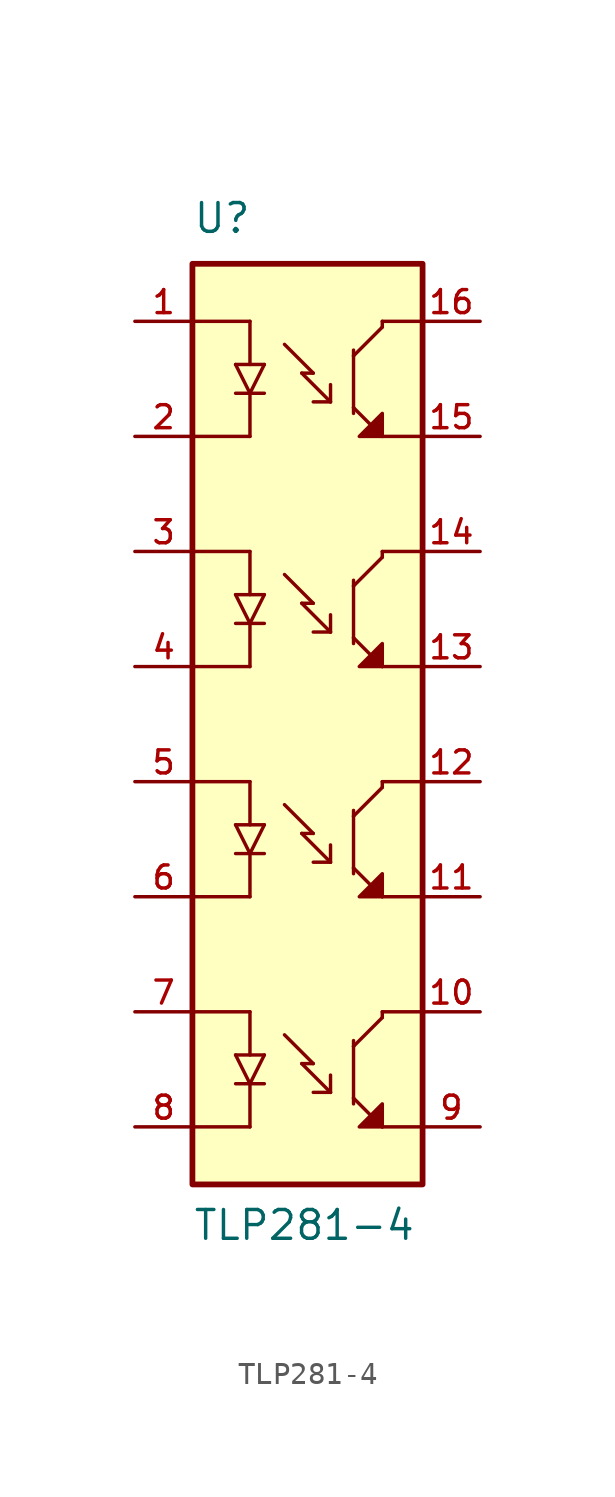
<source format=kicad_sym>
(kicad_symbol_lib
  (version 20211014)
  (generator kicad_symbol_editor)
  (symbol "TLP281-4"
    (pin_names
      (offset 1.016))
    (property "Reference" "U"
      (at -5.08 21.59 0)
      (effects (font (size 1.27 1.27)) (justify bottom left)))
    (property "Value" "TLP281-4"
      (at -5.08 -22.86 0)
      (effects (font (size 1.27 1.27)) (justify bottom left)))
    (symbol "TLP281-4_0_0"
      (polyline (pts (xy 5.08 17.78) (xy 3.302 17.78)) (stroke (width 0.152)))
      (polyline (pts (xy 3.302 17.78) (xy 3.302 17.526)) (stroke (width 0.152)))
      (polyline (pts (xy 3.302 17.526) (xy 2.032 16.256)) (stroke (width 0.152)))
      (polyline (pts (xy 2.032 16.256) (xy 2.032 13.97)) (stroke (width 0.152)))
      (polyline (pts (xy 2.032 13.97) (xy 3.302 12.7)) (stroke (width 0.152)))
      (polyline (pts (xy 3.302 12.7) (xy 5.08 12.7)) (stroke (width 0.152)))
      (polyline (pts (xy 2.032 13.97) (xy 2.032 13.716)) (stroke (width 0.152)))
      (polyline (pts (xy 2.032 16.256) (xy 2.032 16.51)) (stroke (width 0.152)))
      (polyline (pts (xy 0.254 15.494) (xy -0.254 15.494)) (stroke (width 0.152)))
      (polyline (pts (xy -0.254 15.494) (xy 1.016 14.224)) (stroke (width 0.152)))
      (polyline (pts (xy 1.016 14.224) (xy 1.016 14.986)) (stroke (width 0.152)))
      (polyline (pts (xy 1.016 14.224) (xy 0.254 14.224)) (stroke (width 0.152)))
      (polyline (pts (xy -1.016 16.764) (xy 0.254 15.494)) (stroke (width 0.152)))
      (polyline (pts (xy 2.286 12.7) (xy 3.302 13.716) (xy 3.302 12.7) (xy 2.286 12.7)) (stroke (width 0.152)) (fill (type outline)))
      (polyline (pts (xy 5.08 7.62) (xy 3.302 7.62)) (stroke (width 0.152)))
      (polyline (pts (xy 3.302 7.62) (xy 3.302 7.366)) (stroke (width 0.152)))
      (polyline (pts (xy 3.302 7.366) (xy 2.032 6.096)) (stroke (width 0.152)))
      (polyline (pts (xy 2.032 6.096) (xy 2.032 3.81)) (stroke (width 0.152)))
      (polyline (pts (xy 2.032 3.81) (xy 3.302 2.54)) (stroke (width 0.152)))
      (polyline (pts (xy 3.302 2.54) (xy 5.08 2.54)) (stroke (width 0.152)))
      (polyline (pts (xy 2.032 3.81) (xy 2.032 3.556)) (stroke (width 0.152)))
      (polyline (pts (xy 2.032 6.096) (xy 2.032 6.35)) (stroke (width 0.152)))
      (polyline (pts (xy 0.254 5.334) (xy -0.254 5.334)) (stroke (width 0.152)))
      (polyline (pts (xy -0.254 5.334) (xy 1.016 4.064)) (stroke (width 0.152)))
      (polyline (pts (xy 1.016 4.064) (xy 1.016 4.826)) (stroke (width 0.152)))
      (polyline (pts (xy 1.016 4.064) (xy 0.254 4.064)) (stroke (width 0.152)))
      (polyline (pts (xy -1.016 6.604) (xy 0.254 5.334)) (stroke (width 0.152)))
      (polyline (pts (xy 2.286 2.54) (xy 3.302 3.556) (xy 3.302 2.54) (xy 2.286 2.54)) (stroke (width 0.152)) (fill (type outline)))
      (polyline (pts (xy 5.08 -2.54) (xy 3.302 -2.54)) (stroke (width 0.152)))
      (polyline (pts (xy 3.302 -2.54) (xy 3.302 -2.794)) (stroke (width 0.152)))
      (polyline (pts (xy 3.302 -2.794) (xy 2.032 -4.064)) (stroke (width 0.152)))
      (polyline (pts (xy 2.032 -4.064) (xy 2.032 -6.35)) (stroke (width 0.152)))
      (polyline (pts (xy 2.032 -6.35) (xy 3.302 -7.62)) (stroke (width 0.152)))
      (polyline (pts (xy 3.302 -7.62) (xy 5.08 -7.62)) (stroke (width 0.152)))
      (polyline (pts (xy 2.032 -6.35) (xy 2.032 -6.604)) (stroke (width 0.152)))
      (polyline (pts (xy 2.032 -4.064) (xy 2.032 -3.81)) (stroke (width 0.152)))
      (polyline (pts (xy 0.254 -4.826) (xy -0.254 -4.826)) (stroke (width 0.152)))
      (polyline (pts (xy -0.254 -4.826) (xy 1.016 -6.096)) (stroke (width 0.152)))
      (polyline (pts (xy 1.016 -6.096) (xy 1.016 -5.334)) (stroke (width 0.152)))
      (polyline (pts (xy 1.016 -6.096) (xy 0.254 -6.096)) (stroke (width 0.152)))
      (polyline (pts (xy -1.016 -3.556) (xy 0.254 -4.826)) (stroke (width 0.152)))
      (polyline (pts (xy 2.286 -7.62) (xy 3.302 -6.604) (xy 3.302 -7.62) (xy 2.286 -7.62)) (stroke (width 0.152)) (fill (type outline)))
      (polyline (pts (xy 5.08 -12.7) (xy 3.302 -12.7)) (stroke (width 0.152)))
      (polyline (pts (xy 3.302 -12.7) (xy 3.302 -12.954)) (stroke (width 0.152)))
      (polyline (pts (xy 3.302 -12.954) (xy 2.032 -14.224)) (stroke (width 0.152)))
      (polyline (pts (xy 2.032 -14.224) (xy 2.032 -16.51)) (stroke (width 0.152)))
      (polyline (pts (xy 2.032 -16.51) (xy 3.302 -17.78)) (stroke (width 0.152)))
      (polyline (pts (xy 3.302 -17.78) (xy 5.08 -17.78)) (stroke (width 0.152)))
      (polyline (pts (xy 2.032 -16.51) (xy 2.032 -16.764)) (stroke (width 0.152)))
      (polyline (pts (xy 2.032 -14.224) (xy 2.032 -13.97)) (stroke (width 0.152)))
      (polyline (pts (xy 0.254 -14.986) (xy -0.254 -14.986)) (stroke (width 0.152)))
      (polyline (pts (xy -0.254 -14.986) (xy 1.016 -16.256)) (stroke (width 0.152)))
      (polyline (pts (xy 1.016 -16.256) (xy 1.016 -15.494)) (stroke (width 0.152)))
      (polyline (pts (xy 1.016 -16.256) (xy 0.254 -16.256)) (stroke (width 0.152)))
      (polyline (pts (xy -1.016 -13.716) (xy 0.254 -14.986)) (stroke (width 0.152)))
      (polyline (pts (xy 2.286 -17.78) (xy 3.302 -16.764) (xy 3.302 -17.78) (xy 2.286 -17.78)) (stroke (width 0.152)) (fill (type outline)))
      (polyline (pts (xy -5.08 17.78) (xy -2.54 17.78)) (stroke (width 0.152)))
      (polyline (pts (xy -2.54 17.78) (xy -2.54 15.875)) (stroke (width 0.152)))
      (polyline (pts (xy -5.08 12.7) (xy -2.54 12.7)) (stroke (width 0.152)))
      (polyline (pts (xy -2.54 12.7) (xy -2.54 14.605)) (stroke (width 0.152)))
      (polyline (pts (xy -3.175 15.875) (xy -1.905 15.875)) (stroke (width 0.152)))
      (polyline (pts (xy -1.905 15.875) (xy -2.54 14.605)) (stroke (width 0.152)))
      (polyline (pts (xy -2.54 14.605) (xy -3.175 15.875)) (stroke (width 0.152)))
      (polyline (pts (xy -3.175 14.605) (xy -1.905 14.605)) (stroke (width 0.152)))
      (polyline (pts (xy -5.08 7.62) (xy -2.54 7.62)) (stroke (width 0.152)))
      (polyline (pts (xy -2.54 7.62) (xy -2.54 5.715)) (stroke (width 0.152)))
      (polyline (pts (xy -5.08 2.54) (xy -2.54 2.54)) (stroke (width 0.152)))
      (polyline (pts (xy -2.54 2.54) (xy -2.54 4.445)) (stroke (width 0.152)))
      (polyline (pts (xy -3.175 5.715) (xy -1.905 5.715)) (stroke (width 0.152)))
      (polyline (pts (xy -1.905 5.715) (xy -2.54 4.445)) (stroke (width 0.152)))
      (polyline (pts (xy -2.54 4.445) (xy -3.175 5.715)) (stroke (width 0.152)))
      (polyline (pts (xy -3.175 4.445) (xy -1.905 4.445)) (stroke (width 0.152)))
      (polyline (pts (xy -5.08 -2.54) (xy -2.54 -2.54)) (stroke (width 0.152)))
      (polyline (pts (xy -2.54 -2.54) (xy -2.54 -4.445)) (stroke (width 0.152)))
      (polyline (pts (xy -5.08 -7.62) (xy -2.54 -7.62)) (stroke (width 0.152)))
      (polyline (pts (xy -2.54 -7.62) (xy -2.54 -5.715)) (stroke (width 0.152)))
      (polyline (pts (xy -3.175 -4.445) (xy -1.905 -4.445)) (stroke (width 0.152)))
      (polyline (pts (xy -1.905 -4.445) (xy -2.54 -5.715)) (stroke (width 0.152)))
      (polyline (pts (xy -2.54 -5.715) (xy -3.175 -4.445)) (stroke (width 0.152)))
      (polyline (pts (xy -3.175 -5.715) (xy -1.905 -5.715)) (stroke (width 0.152)))
      (polyline (pts (xy -5.08 -12.7) (xy -2.54 -12.7)) (stroke (width 0.152)))
      (polyline (pts (xy -2.54 -12.7) (xy -2.54 -14.605)) (stroke (width 0.152)))
      (polyline (pts (xy -5.08 -17.78) (xy -2.54 -17.78)) (stroke (width 0.152)))
      (polyline (pts (xy -2.54 -17.78) (xy -2.54 -15.875)) (stroke (width 0.152)))
      (polyline (pts (xy -3.175 -14.605) (xy -1.905 -14.605)) (stroke (width 0.152)))
      (polyline (pts (xy -1.905 -14.605) (xy -2.54 -15.875)) (stroke (width 0.152)))
      (polyline (pts (xy -2.54 -15.875) (xy -3.175 -14.605)) (stroke (width 0.152)))
      (polyline (pts (xy -3.175 -15.875) (xy -1.905 -15.875)) (stroke (width 0.152)))
      (rectangle (start -5.08 -20.32) (end 5.08 20.32) (stroke (width 0.254)) (fill (type background)))
      (pin passive line (at -7.62 17.78 0) (length 2.54) (name "~" (effects (font (size 1.016 1.016)))) (number "1" (effects (font (size 1.016 1.016)))))
      (pin passive line (at -7.62 12.7 0) (length 2.54) (name "~" (effects (font (size 1.016 1.016)))) (number "2" (effects (font (size 1.016 1.016)))))
      (pin passive line (at 7.62 17.78 180.0) (length 2.54) (name "~" (effects (font (size 1.016 1.016)))) (number "16" (effects (font (size 1.016 1.016)))))
      (pin passive line (at 7.62 12.7 180.0) (length 2.54) (name "~" (effects (font (size 1.016 1.016)))) (number "15" (effects (font (size 1.016 1.016)))))
      (pin passive line (at -7.62 7.62 0) (length 2.54) (name "~" (effects (font (size 1.016 1.016)))) (number "3" (effects (font (size 1.016 1.016)))))
      (pin passive line (at -7.62 2.54 0) (length 2.54) (name "~" (effects (font (size 1.016 1.016)))) (number "4" (effects (font (size 1.016 1.016)))))
      (pin passive line (at 7.62 7.62 180.0) (length 2.54) (name "~" (effects (font (size 1.016 1.016)))) (number "14" (effects (font (size 1.016 1.016)))))
      (pin passive line (at 7.62 2.54 180.0) (length 2.54) (name "~" (effects (font (size 1.016 1.016)))) (number "13" (effects (font (size 1.016 1.016)))))
      (pin passive line (at -7.62 -2.54 0) (length 2.54) (name "~" (effects (font (size 1.016 1.016)))) (number "5" (effects (font (size 1.016 1.016)))))
      (pin passive line (at -7.62 -7.62 0) (length 2.54) (name "~" (effects (font (size 1.016 1.016)))) (number "6" (effects (font (size 1.016 1.016)))))
      (pin passive line (at 7.62 -2.54 180.0) (length 2.54) (name "~" (effects (font (size 1.016 1.016)))) (number "12" (effects (font (size 1.016 1.016)))))
      (pin passive line (at 7.62 -7.62 180.0) (length 2.54) (name "~" (effects (font (size 1.016 1.016)))) (number "11" (effects (font (size 1.016 1.016)))))
      (pin passive line (at -7.62 -12.7 0) (length 2.54) (name "~" (effects (font (size 1.016 1.016)))) (number "7" (effects (font (size 1.016 1.016)))))
      (pin passive line (at -7.62 -17.78 0) (length 2.54) (name "~" (effects (font (size 1.016 1.016)))) (number "8" (effects (font (size 1.016 1.016)))))
      (pin passive line (at 7.62 -12.7 180.0) (length 2.54) (name "~" (effects (font (size 1.016 1.016)))) (number "10" (effects (font (size 1.016 1.016)))))
      (pin passive line (at 7.62 -17.78 180.0) (length 2.54) (name "~" (effects (font (size 1.016 1.016)))) (number "9" (effects (font (size 1.016 1.016))))))))
</source>
